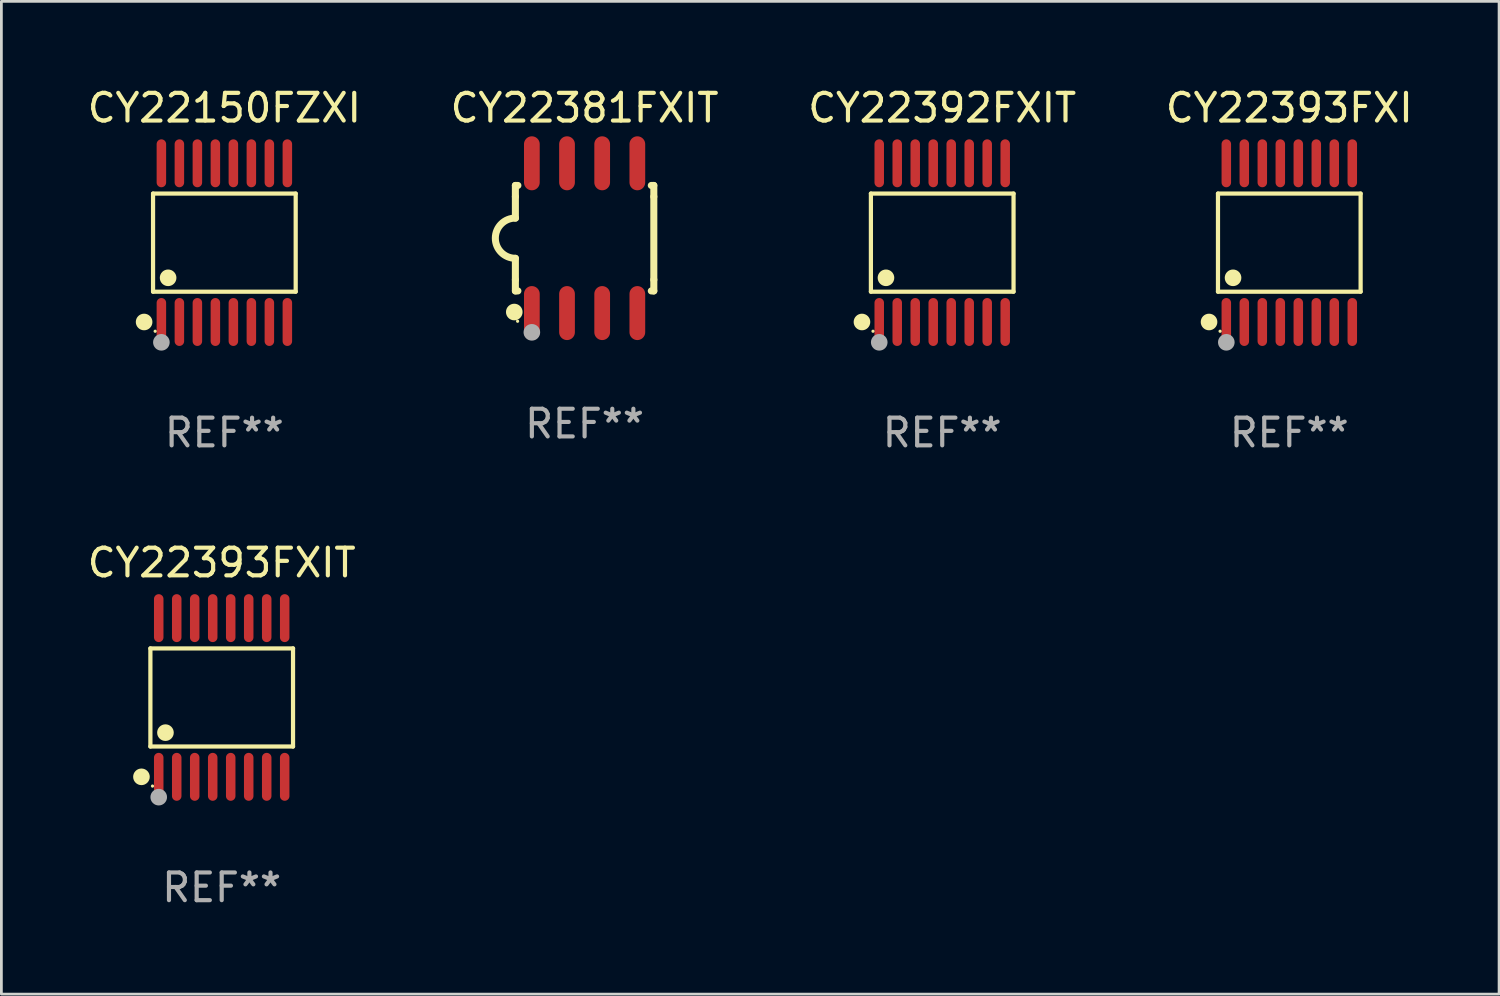
<source format=kicad_pcb>
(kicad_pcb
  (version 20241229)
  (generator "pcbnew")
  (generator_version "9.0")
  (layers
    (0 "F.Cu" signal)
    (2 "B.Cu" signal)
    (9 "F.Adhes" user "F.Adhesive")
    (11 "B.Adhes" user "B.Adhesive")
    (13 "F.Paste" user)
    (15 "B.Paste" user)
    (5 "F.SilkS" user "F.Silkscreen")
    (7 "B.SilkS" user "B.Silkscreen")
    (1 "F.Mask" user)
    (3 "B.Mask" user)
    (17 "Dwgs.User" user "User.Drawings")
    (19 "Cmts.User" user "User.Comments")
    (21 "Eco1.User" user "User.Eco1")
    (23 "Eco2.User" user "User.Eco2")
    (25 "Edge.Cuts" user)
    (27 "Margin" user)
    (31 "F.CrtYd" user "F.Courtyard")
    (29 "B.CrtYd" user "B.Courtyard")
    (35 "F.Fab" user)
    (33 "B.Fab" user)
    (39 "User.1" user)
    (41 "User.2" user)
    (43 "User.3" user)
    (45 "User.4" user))
  (footprint "CY22392FXIT"
    (layer "F.Cu")
    (at 30.982 5.714)
    (property "Reference" "CY22392FXIT" (at 0 -4.866 0) (layer "F.SilkS") (effects (font (size 1 1) (thickness 0.15))))
    (attr through_hole)
    (fp_line (start -2.576 -1.772) (end 2.576 -1.772) (stroke (width 0.152) (type solid)) (layer "F.SilkS"))
    (fp_line (start -2.576 1.771) (end -2.576 -1.772) (stroke (width 0.152) (type solid)) (layer "F.SilkS"))
    (fp_line (start 2.576 -1.772) (end 2.576 1.771) (stroke (width 0.152) (type solid)) (layer "F.SilkS"))
    (fp_line (start 2.576 1.771) (end -2.576 1.771) (stroke (width 0.152) (type solid)) (layer "F.SilkS"))
    (fp_circle (center -2.899 2.866) (end -2.749 2.866) (stroke (width 0.3) (type solid)) (fill no) (layer "F.SilkS"))
    (fp_circle (center -2.5 3.2) (end -2.47 3.2) (stroke (width 0.06) (type solid)) (fill no) (layer "F.SilkS"))
    (fp_circle (center -2.032 1.27) (end -1.882 1.27) (stroke (width 0.3) (type solid)) (fill no) (layer "F.SilkS"))
    (fp_circle (center -2.275 3.6) (end -2.125 3.6) (stroke (width 0.3) (type solid)) (fill no) (layer "F.Fab"))
    (fp_text user "REF**" (at 0 6.866 0) (layer "F.Fab") (effects (font (size 1 1) (thickness 0.15))))
    (pad "1" smd oval (at -2.275 2.866) (size 0.343 1.731) (layers "F.Cu" "F.Mask" "F.Paste"))
    (pad "2" smd oval (at -1.625 2.866) (size 0.343 1.731) (layers "F.Cu" "F.Mask" "F.Paste"))
    (pad "3" smd oval (at -0.975 2.866) (size 0.343 1.731) (layers "F.Cu" "F.Mask" "F.Paste"))
    (pad "4" smd oval (at -0.325 2.866) (size 0.343 1.731) (layers "F.Cu" "F.Mask" "F.Paste"))
    (pad "5" smd oval (at 0.325 2.866) (size 0.343 1.731) (layers "F.Cu" "F.Mask" "F.Paste"))
    (pad "6" smd oval (at 0.975 2.866) (size 0.343 1.731) (layers "F.Cu" "F.Mask" "F.Paste"))
    (pad "7" smd oval (at 1.625 2.866) (size 0.343 1.731) (layers "F.Cu" "F.Mask" "F.Paste"))
    (pad "8" smd oval (at 2.275 2.866) (size 0.343 1.731) (layers "F.Cu" "F.Mask" "F.Paste"))
    (pad "9" smd oval (at 2.275 -2.866) (size 0.343 1.731) (layers "F.Cu" "F.Mask" "F.Paste"))
    (pad "10" smd oval (at 1.625 -2.866) (size 0.343 1.731) (layers "F.Cu" "F.Mask" "F.Paste"))
    (pad "11" smd oval (at 0.975 -2.866) (size 0.343 1.731) (layers "F.Cu" "F.Mask" "F.Paste"))
    (pad "12" smd oval (at 0.325 -2.866) (size 0.343 1.731) (layers "F.Cu" "F.Mask" "F.Paste"))
    (pad "13" smd oval (at -0.325 -2.866) (size 0.343 1.731) (layers "F.Cu" "F.Mask" "F.Paste"))
    (pad "14" smd oval (at -0.975 -2.866) (size 0.343 1.731) (layers "F.Cu" "F.Mask" "F.Paste"))
    (pad "15" smd oval (at -1.625 -2.866) (size 0.343 1.731) (layers "F.Cu" "F.Mask" "F.Paste"))
    (pad "16" smd oval (at -2.275 -2.866) (size 0.343 1.731) (layers "F.Cu" "F.Mask" "F.Paste")))
  (footprint "CY22150FZXI"
    (layer "F.Cu")
    (at 5.054 5.714)
    (property "Reference" "CY22150FZXI" (at 0 -4.866 0) (layer "F.SilkS") (effects (font (size 1 1) (thickness 0.15))))
    (attr through_hole)
    (fp_line (start -2.576 -1.772) (end 2.576 -1.772) (stroke (width 0.152) (type solid)) (layer "F.SilkS"))
    (fp_line (start -2.576 1.771) (end -2.576 -1.772) (stroke (width 0.152) (type solid)) (layer "F.SilkS"))
    (fp_line (start 2.576 -1.772) (end 2.576 1.771) (stroke (width 0.152) (type solid)) (layer "F.SilkS"))
    (fp_line (start 2.576 1.771) (end -2.576 1.771) (stroke (width 0.152) (type solid)) (layer "F.SilkS"))
    (fp_circle (center -2.899 2.866) (end -2.749 2.866) (stroke (width 0.3) (type solid)) (fill no) (layer "F.SilkS"))
    (fp_circle (center -2.5 3.2) (end -2.47 3.2) (stroke (width 0.06) (type solid)) (fill no) (layer "F.SilkS"))
    (fp_circle (center -2.032 1.27) (end -1.882 1.27) (stroke (width 0.3) (type solid)) (fill no) (layer "F.SilkS"))
    (fp_circle (center -2.275 3.6) (end -2.125 3.6) (stroke (width 0.3) (type solid)) (fill no) (layer "F.Fab"))
    (fp_text user "REF**" (at 0 6.866 0) (layer "F.Fab") (effects (font (size 1 1) (thickness 0.15))))
    (pad "1" smd oval (at -2.275 2.866) (size 0.343 1.731) (layers "F.Cu" "F.Mask" "F.Paste"))
    (pad "2" smd oval (at -1.625 2.866) (size 0.343 1.731) (layers "F.Cu" "F.Mask" "F.Paste"))
    (pad "3" smd oval (at -0.975 2.866) (size 0.343 1.731) (layers "F.Cu" "F.Mask" "F.Paste"))
    (pad "4" smd oval (at -0.325 2.866) (size 0.343 1.731) (layers "F.Cu" "F.Mask" "F.Paste"))
    (pad "5" smd oval (at 0.325 2.866) (size 0.343 1.731) (layers "F.Cu" "F.Mask" "F.Paste"))
    (pad "6" smd oval (at 0.975 2.866) (size 0.343 1.731) (layers "F.Cu" "F.Mask" "F.Paste"))
    (pad "7" smd oval (at 1.625 2.866) (size 0.343 1.731) (layers "F.Cu" "F.Mask" "F.Paste"))
    (pad "8" smd oval (at 2.275 2.866) (size 0.343 1.731) (layers "F.Cu" "F.Mask" "F.Paste"))
    (pad "9" smd oval (at 2.275 -2.866) (size 0.343 1.731) (layers "F.Cu" "F.Mask" "F.Paste"))
    (pad "10" smd oval (at 1.625 -2.866) (size 0.343 1.731) (layers "F.Cu" "F.Mask" "F.Paste"))
    (pad "11" smd oval (at 0.975 -2.866) (size 0.343 1.731) (layers "F.Cu" "F.Mask" "F.Paste"))
    (pad "12" smd oval (at 0.325 -2.866) (size 0.343 1.731) (layers "F.Cu" "F.Mask" "F.Paste"))
    (pad "13" smd oval (at -0.325 -2.866) (size 0.343 1.731) (layers "F.Cu" "F.Mask" "F.Paste"))
    (pad "14" smd oval (at -0.975 -2.866) (size 0.343 1.731) (layers "F.Cu" "F.Mask" "F.Paste"))
    (pad "15" smd oval (at -1.625 -2.866) (size 0.343 1.731) (layers "F.Cu" "F.Mask" "F.Paste"))
    (pad "16" smd oval (at -2.275 -2.866) (size 0.343 1.731) (layers "F.Cu" "F.Mask" "F.Paste")))
  (footprint "CY22393FXI"
    (layer "F.Cu")
    (at 43.518 5.714)
    (property "Reference" "CY22393FXI" (at 0 -4.866 0) (layer "F.SilkS") (effects (font (size 1 1) (thickness 0.15))))
    (attr through_hole)
    (fp_line (start -2.576 -1.772) (end 2.576 -1.772) (stroke (width 0.152) (type solid)) (layer "F.SilkS"))
    (fp_line (start -2.576 1.771) (end -2.576 -1.772) (stroke (width 0.152) (type solid)) (layer "F.SilkS"))
    (fp_line (start 2.576 -1.772) (end 2.576 1.771) (stroke (width 0.152) (type solid)) (layer "F.SilkS"))
    (fp_line (start 2.576 1.771) (end -2.576 1.771) (stroke (width 0.152) (type solid)) (layer "F.SilkS"))
    (fp_circle (center -2.899 2.866) (end -2.749 2.866) (stroke (width 0.3) (type solid)) (fill no) (layer "F.SilkS"))
    (fp_circle (center -2.5 3.2) (end -2.47 3.2) (stroke (width 0.06) (type solid)) (fill no) (layer "F.SilkS"))
    (fp_circle (center -2.032 1.27) (end -1.882 1.27) (stroke (width 0.3) (type solid)) (fill no) (layer "F.SilkS"))
    (fp_circle (center -2.275 3.6) (end -2.125 3.6) (stroke (width 0.3) (type solid)) (fill no) (layer "F.Fab"))
    (fp_text user "REF**" (at 0 6.866 0) (layer "F.Fab") (effects (font (size 1 1) (thickness 0.15))))
    (pad "1" smd oval (at -2.275 2.866) (size 0.343 1.731) (layers "F.Cu" "F.Mask" "F.Paste"))
    (pad "2" smd oval (at -1.625 2.866) (size 0.343 1.731) (layers "F.Cu" "F.Mask" "F.Paste"))
    (pad "3" smd oval (at -0.975 2.866) (size 0.343 1.731) (layers "F.Cu" "F.Mask" "F.Paste"))
    (pad "4" smd oval (at -0.325 2.866) (size 0.343 1.731) (layers "F.Cu" "F.Mask" "F.Paste"))
    (pad "5" smd oval (at 0.325 2.866) (size 0.343 1.731) (layers "F.Cu" "F.Mask" "F.Paste"))
    (pad "6" smd oval (at 0.975 2.866) (size 0.343 1.731) (layers "F.Cu" "F.Mask" "F.Paste"))
    (pad "7" smd oval (at 1.625 2.866) (size 0.343 1.731) (layers "F.Cu" "F.Mask" "F.Paste"))
    (pad "8" smd oval (at 2.275 2.866) (size 0.343 1.731) (layers "F.Cu" "F.Mask" "F.Paste"))
    (pad "9" smd oval (at 2.275 -2.866) (size 0.343 1.731) (layers "F.Cu" "F.Mask" "F.Paste"))
    (pad "10" smd oval (at 1.625 -2.866) (size 0.343 1.731) (layers "F.Cu" "F.Mask" "F.Paste"))
    (pad "11" smd oval (at 0.975 -2.866) (size 0.343 1.731) (layers "F.Cu" "F.Mask" "F.Paste"))
    (pad "12" smd oval (at 0.325 -2.866) (size 0.343 1.731) (layers "F.Cu" "F.Mask" "F.Paste"))
    (pad "13" smd oval (at -0.325 -2.866) (size 0.343 1.731) (layers "F.Cu" "F.Mask" "F.Paste"))
    (pad "14" smd oval (at -0.975 -2.866) (size 0.343 1.731) (layers "F.Cu" "F.Mask" "F.Paste"))
    (pad "15" smd oval (at -1.625 -2.866) (size 0.343 1.731) (layers "F.Cu" "F.Mask" "F.Paste"))
    (pad "16" smd oval (at -2.275 -2.866) (size 0.343 1.731) (layers "F.Cu" "F.Mask" "F.Paste")))
  (footprint "CY22381FXIT"
    (layer "F.Cu")
    (at 18.065 5.553)
    (property "Reference" "CY22381FXIT" (at 0 -4.705 0) (layer "F.SilkS") (effects (font (size 1 1) (thickness 0.15))))
    (attr through_hole)
    (fp_line (start -2.5 -1.905) (end -2.409 -1.905) (stroke (width 0.254) (type solid)) (layer "F.SilkS"))
    (fp_line (start -2.5 -1.5) (end -2.5 -1.905) (stroke (width 0.254) (type solid)) (layer "F.SilkS"))
    (fp_line (start -2.5 -1.5) (end -2.5 -0.726) (stroke (width 0.254) (type solid)) (layer "F.SilkS"))
    (fp_line (start -2.5 1.5) (end -2.5 0.727) (stroke (width 0.254) (type solid)) (layer "F.SilkS"))
    (fp_line (start -2.5 1.5) (end -2.5 1.905) (stroke (width 0.254) (type solid)) (layer "F.SilkS"))
    (fp_line (start -2.5 1.905) (end -2.409 1.905) (stroke (width 0.254) (type solid)) (layer "F.SilkS"))
    (fp_line (start 2.5 -1.905) (end 2.409 -1.905) (stroke (width 0.254) (type solid)) (layer "F.SilkS"))
    (fp_line (start 2.5 -1.5) (end 2.5 -1.905) (stroke (width 0.254) (type solid)) (layer "F.SilkS"))
    (fp_line (start 2.5 -1.5) (end 2.5 1.5) (stroke (width 0.254) (type solid)) (layer "F.SilkS"))
    (fp_line (start 2.5 1.5) (end 2.5 1.905) (stroke (width 0.254) (type solid)) (layer "F.SilkS"))
    (fp_line (start 2.5 1.905) (end 2.409 1.905) (stroke (width 0.254) (type solid)) (layer "F.SilkS"))
    (fp_arc (start -2.5 0.726568) (mid -3.220316 -0.0023) (end -2.495097 -0.726289) (stroke (width 0.254001) (type solid)) (layer "F.SilkS"))
    (fp_circle (center -2.54 2.667) (end -2.39 2.667) (stroke (width 0.3) (type solid)) (fill no) (layer "F.SilkS"))
    (fp_circle (center -2.42 3) (end -2.39 3) (stroke (width 0.06) (type solid)) (fill no) (layer "F.SilkS"))
    (fp_circle (center -1.905 3.4) (end -1.755 3.4) (stroke (width 0.3) (type solid)) (fill no) (layer "F.Fab"))
    (fp_text user "REF**" (at 0 6.705 0) (layer "F.Fab") (effects (font (size 1 1) (thickness 0.15))))
    (pad "1" smd oval (at -1.905 2.705) (size 0.568 1.95) (layers "F.Cu" "F.Mask" "F.Paste"))
    (pad "2" smd oval (at -0.635 2.705) (size 0.568 1.95) (layers "F.Cu" "F.Mask" "F.Paste"))
    (pad "3" smd oval (at 0.635 2.705) (size 0.568 1.95) (layers "F.Cu" "F.Mask" "F.Paste"))
    (pad "4" smd oval (at 1.905 2.705) (size 0.568 1.95) (layers "F.Cu" "F.Mask" "F.Paste"))
    (pad "5" smd oval (at 1.905 -2.705) (size 0.568 1.95) (layers "F.Cu" "F.Mask" "F.Paste"))
    (pad "6" smd oval (at 0.635 -2.705) (size 0.568 1.95) (layers "F.Cu" "F.Mask" "F.Paste"))
    (pad "7" smd oval (at -0.635 -2.705) (size 0.568 1.95) (layers "F.Cu" "F.Mask" "F.Paste"))
    (pad "8" smd oval (at -1.905 -2.705) (size 0.568 1.95) (layers "F.Cu" "F.Mask" "F.Paste")))
  (footprint "CY22393FXIT"
    (layer "F.Cu")
    (at 4.958 22.142)
    (property "Reference" "CY22393FXIT" (at 0 -4.866 0) (layer "F.SilkS") (effects (font (size 1 1) (thickness 0.15))))
    (attr through_hole)
    (fp_line (start -2.576 -1.772) (end 2.576 -1.772) (stroke (width 0.152) (type solid)) (layer "F.SilkS"))
    (fp_line (start -2.576 1.771) (end -2.576 -1.772) (stroke (width 0.152) (type solid)) (layer "F.SilkS"))
    (fp_line (start 2.576 -1.772) (end 2.576 1.771) (stroke (width 0.152) (type solid)) (layer "F.SilkS"))
    (fp_line (start 2.576 1.771) (end -2.576 1.771) (stroke (width 0.152) (type solid)) (layer "F.SilkS"))
    (fp_circle (center -2.899 2.866) (end -2.749 2.866) (stroke (width 0.3) (type solid)) (fill no) (layer "F.SilkS"))
    (fp_circle (center -2.5 3.2) (end -2.47 3.2) (stroke (width 0.06) (type solid)) (fill no) (layer "F.SilkS"))
    (fp_circle (center -2.032 1.27) (end -1.882 1.27) (stroke (width 0.3) (type solid)) (fill no) (layer "F.SilkS"))
    (fp_circle (center -2.275 3.6) (end -2.125 3.6) (stroke (width 0.3) (type solid)) (fill no) (layer "F.Fab"))
    (fp_text user "REF**" (at 0 6.866 0) (layer "F.Fab") (effects (font (size 1 1) (thickness 0.15))))
    (pad "1" smd oval (at -2.275 2.866) (size 0.343 1.731) (layers "F.Cu" "F.Mask" "F.Paste"))
    (pad "2" smd oval (at -1.625 2.866) (size 0.343 1.731) (layers "F.Cu" "F.Mask" "F.Paste"))
    (pad "3" smd oval (at -0.975 2.866) (size 0.343 1.731) (layers "F.Cu" "F.Mask" "F.Paste"))
    (pad "4" smd oval (at -0.325 2.866) (size 0.343 1.731) (layers "F.Cu" "F.Mask" "F.Paste"))
    (pad "5" smd oval (at 0.325 2.866) (size 0.343 1.731) (layers "F.Cu" "F.Mask" "F.Paste"))
    (pad "6" smd oval (at 0.975 2.866) (size 0.343 1.731) (layers "F.Cu" "F.Mask" "F.Paste"))
    (pad "7" smd oval (at 1.625 2.866) (size 0.343 1.731) (layers "F.Cu" "F.Mask" "F.Paste"))
    (pad "8" smd oval (at 2.275 2.866) (size 0.343 1.731) (layers "F.Cu" "F.Mask" "F.Paste"))
    (pad "9" smd oval (at 2.275 -2.866) (size 0.343 1.731) (layers "F.Cu" "F.Mask" "F.Paste"))
    (pad "10" smd oval (at 1.625 -2.866) (size 0.343 1.731) (layers "F.Cu" "F.Mask" "F.Paste"))
    (pad "11" smd oval (at 0.975 -2.866) (size 0.343 1.731) (layers "F.Cu" "F.Mask" "F.Paste"))
    (pad "12" smd oval (at 0.325 -2.866) (size 0.343 1.731) (layers "F.Cu" "F.Mask" "F.Paste"))
    (pad "13" smd oval (at -0.325 -2.866) (size 0.343 1.731) (layers "F.Cu" "F.Mask" "F.Paste"))
    (pad "14" smd oval (at -0.975 -2.866) (size 0.343 1.731) (layers "F.Cu" "F.Mask" "F.Paste"))
    (pad "15" smd oval (at -1.625 -2.866) (size 0.343 1.731) (layers "F.Cu" "F.Mask" "F.Paste"))
    (pad "16" smd oval (at -2.275 -2.866) (size 0.343 1.731) (layers "F.Cu" "F.Mask" "F.Paste")))
  (gr_rect
    (start -3 -3)
    (end 51.095 32.856)
    (stroke (width 0.1) (type default))
    (fill no)
    (layer "Edge.Cuts")))
</source>
